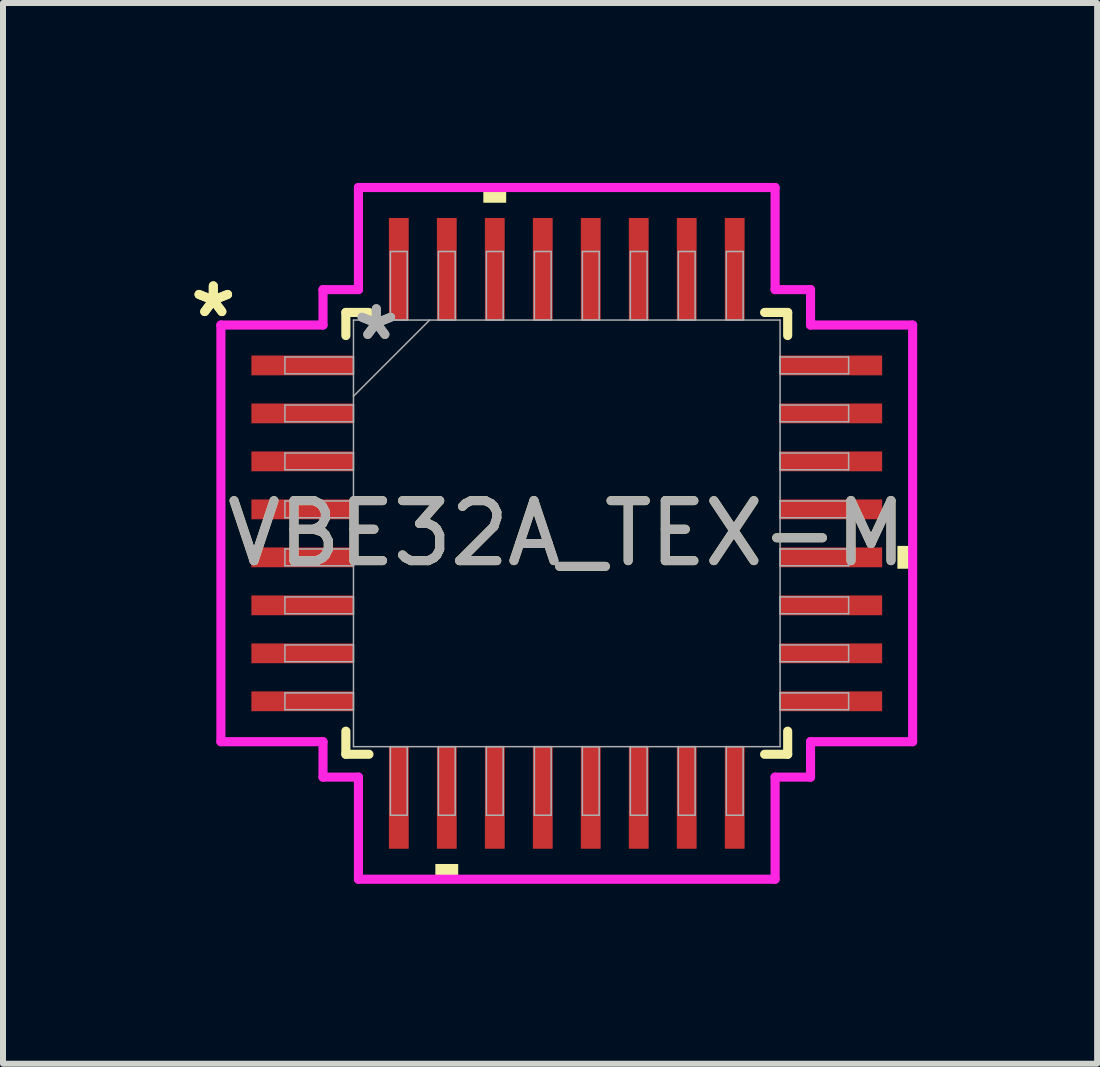
<source format=kicad_pcb>
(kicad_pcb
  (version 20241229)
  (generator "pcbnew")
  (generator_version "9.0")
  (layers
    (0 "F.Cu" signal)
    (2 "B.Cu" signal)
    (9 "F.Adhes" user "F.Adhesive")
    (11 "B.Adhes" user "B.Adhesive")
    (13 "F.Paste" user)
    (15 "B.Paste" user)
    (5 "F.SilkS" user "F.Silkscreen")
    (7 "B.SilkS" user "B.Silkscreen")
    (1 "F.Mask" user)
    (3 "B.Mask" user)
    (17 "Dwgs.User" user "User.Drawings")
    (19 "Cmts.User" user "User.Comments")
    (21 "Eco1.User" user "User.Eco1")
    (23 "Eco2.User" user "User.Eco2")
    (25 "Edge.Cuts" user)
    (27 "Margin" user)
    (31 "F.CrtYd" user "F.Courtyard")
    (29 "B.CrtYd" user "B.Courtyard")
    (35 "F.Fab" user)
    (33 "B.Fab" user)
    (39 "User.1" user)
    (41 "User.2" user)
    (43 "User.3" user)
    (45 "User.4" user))
  (footprint "VBE32A_TEX-M"
    (layer "F.Cu")
    (at 6.399 5.842)
    (property "Reference" "VBE32A_TEX-M" (at 0 0 0) (unlocked yes) (layer "F.SilkS") (effects (font (size 1 1) (thickness 0.15))))
    (attr smd)
    (fp_line (start -3.683 -3.683) (end -3.683 -3.298) (stroke (width 0.152) (type solid)) (layer "F.SilkS"))
    (fp_line (start -3.683 3.298) (end -3.683 3.683) (stroke (width 0.152) (type solid)) (layer "F.SilkS"))
    (fp_line (start -3.683 3.683) (end -3.298 3.683) (stroke (width 0.152) (type solid)) (layer "F.SilkS"))
    (fp_line (start -3.298 -3.683) (end -3.683 -3.683) (stroke (width 0.152) (type solid)) (layer "F.SilkS"))
    (fp_line (start 3.298 3.683) (end 3.683 3.683) (stroke (width 0.152) (type solid)) (layer "F.SilkS"))
    (fp_line (start 3.683 -3.683) (end 3.298 -3.683) (stroke (width 0.152) (type solid)) (layer "F.SilkS"))
    (fp_line (start 3.683 -3.298) (end 3.683 -3.683) (stroke (width 0.152) (type solid)) (layer "F.SilkS"))
    (fp_line (start 3.683 3.683) (end 3.683 3.298) (stroke (width 0.152) (type solid)) (layer "F.SilkS"))
    (fp_poly (pts (xy -2.191 5.512) (xy -2.191 5.766) (xy -1.81 5.766) (xy -1.81 5.512)) (stroke (width 0) (type solid)) (fill yes) (layer "F.SilkS"))
    (fp_poly (pts (xy -1.391 -5.512) (xy -1.391 -5.766) (xy -1.01 -5.766) (xy -1.01 -5.512)) (stroke (width 0) (type solid)) (fill yes) (layer "F.SilkS"))
    (fp_poly (pts (xy 5.766 0.209) (xy 5.766 0.59) (xy 5.512 0.59) (xy 5.512 0.209)) (stroke (width 0) (type solid)) (fill yes) (layer "F.SilkS"))
    (fp_line (start -5.766 -3.473) (end -4.064 -3.473) (stroke (width 0.152) (type solid)) (layer "F.CrtYd"))
    (fp_line (start -5.766 3.473) (end -5.766 -3.473) (stroke (width 0.152) (type solid)) (layer "F.CrtYd"))
    (fp_line (start -4.064 -4.064) (end -3.473 -4.064) (stroke (width 0.152) (type solid)) (layer "F.CrtYd"))
    (fp_line (start -4.064 -3.473) (end -4.064 -4.064) (stroke (width 0.152) (type solid)) (layer "F.CrtYd"))
    (fp_line (start -4.064 3.473) (end -5.766 3.473) (stroke (width 0.152) (type solid)) (layer "F.CrtYd"))
    (fp_line (start -4.064 4.064) (end -4.064 3.473) (stroke (width 0.152) (type solid)) (layer "F.CrtYd"))
    (fp_line (start -4.064 4.064) (end -3.473 4.064) (stroke (width 0.152) (type solid)) (layer "F.CrtYd"))
    (fp_line (start -3.473 -5.766) (end 3.473 -5.766) (stroke (width 0.152) (type solid)) (layer "F.CrtYd"))
    (fp_line (start -3.473 -4.064) (end -3.473 -5.766) (stroke (width 0.152) (type solid)) (layer "F.CrtYd"))
    (fp_line (start -3.473 4.064) (end -3.473 5.766) (stroke (width 0.152) (type solid)) (layer "F.CrtYd"))
    (fp_line (start -3.473 5.766) (end 3.473 5.766) (stroke (width 0.152) (type solid)) (layer "F.CrtYd"))
    (fp_line (start 3.473 -5.766) (end 3.473 -4.064) (stroke (width 0.152) (type solid)) (layer "F.CrtYd"))
    (fp_line (start 3.473 -4.064) (end 4.064 -4.064) (stroke (width 0.152) (type solid)) (layer "F.CrtYd"))
    (fp_line (start 3.473 4.064) (end 4.064 4.064) (stroke (width 0.152) (type solid)) (layer "F.CrtYd"))
    (fp_line (start 3.473 5.766) (end 3.473 4.064) (stroke (width 0.152) (type solid)) (layer "F.CrtYd"))
    (fp_line (start 4.064 -3.473) (end 4.064 -4.064) (stroke (width 0.152) (type solid)) (layer "F.CrtYd"))
    (fp_line (start 4.064 3.473) (end 5.766 3.473) (stroke (width 0.152) (type solid)) (layer "F.CrtYd"))
    (fp_line (start 4.064 4.064) (end 4.064 3.473) (stroke (width 0.152) (type solid)) (layer "F.CrtYd"))
    (fp_line (start 5.766 -3.473) (end 4.064 -3.473) (stroke (width 0.152) (type solid)) (layer "F.CrtYd"))
    (fp_line (start 5.766 3.473) (end 5.766 -3.473) (stroke (width 0.152) (type solid)) (layer "F.CrtYd"))
    (fp_line (start -4.699 -2.94) (end -4.699 -2.66) (stroke (width 0.025) (type solid)) (layer "F.Fab"))
    (fp_line (start -4.699 -2.66) (end -3.556 -2.66) (stroke (width 0.025) (type solid)) (layer "F.Fab"))
    (fp_line (start -4.699 -2.14) (end -4.699 -1.86) (stroke (width 0.025) (type solid)) (layer "F.Fab"))
    (fp_line (start -4.699 -1.86) (end -3.556 -1.86) (stroke (width 0.025) (type solid)) (layer "F.Fab"))
    (fp_line (start -4.699 -1.34) (end -4.699 -1.06) (stroke (width 0.025) (type solid)) (layer "F.Fab"))
    (fp_line (start -4.699 -1.06) (end -3.556 -1.06) (stroke (width 0.025) (type solid)) (layer "F.Fab"))
    (fp_line (start -4.699 -0.54) (end -4.699 -0.26) (stroke (width 0.025) (type solid)) (layer "F.Fab"))
    (fp_line (start -4.699 -0.26) (end -3.556 -0.26) (stroke (width 0.025) (type solid)) (layer "F.Fab"))
    (fp_line (start -4.699 0.26) (end -4.699 0.54) (stroke (width 0.025) (type solid)) (layer "F.Fab"))
    (fp_line (start -4.699 0.54) (end -3.556 0.54) (stroke (width 0.025) (type solid)) (layer "F.Fab"))
    (fp_line (start -4.699 1.06) (end -4.699 1.34) (stroke (width 0.025) (type solid)) (layer "F.Fab"))
    (fp_line (start -4.699 1.34) (end -3.556 1.34) (stroke (width 0.025) (type solid)) (layer "F.Fab"))
    (fp_line (start -4.699 1.86) (end -4.699 2.14) (stroke (width 0.025) (type solid)) (layer "F.Fab"))
    (fp_line (start -4.699 2.14) (end -3.556 2.14) (stroke (width 0.025) (type solid)) (layer "F.Fab"))
    (fp_line (start -4.699 2.66) (end -4.699 2.94) (stroke (width 0.025) (type solid)) (layer "F.Fab"))
    (fp_line (start -4.699 2.94) (end -3.556 2.94) (stroke (width 0.025) (type solid)) (layer "F.Fab"))
    (fp_line (start -3.556 -3.556) (end -3.556 3.556) (stroke (width 0.025) (type solid)) (layer "F.Fab"))
    (fp_line (start -3.556 -2.94) (end -4.699 -2.94) (stroke (width 0.025) (type solid)) (layer "F.Fab"))
    (fp_line (start -3.556 -2.66) (end -3.556 -2.94) (stroke (width 0.025) (type solid)) (layer "F.Fab"))
    (fp_line (start -3.556 -2.286) (end -2.286 -3.556) (stroke (width 0.025) (type solid)) (layer "F.Fab"))
    (fp_line (start -3.556 -2.14) (end -4.699 -2.14) (stroke (width 0.025) (type solid)) (layer "F.Fab"))
    (fp_line (start -3.556 -1.86) (end -3.556 -2.14) (stroke (width 0.025) (type solid)) (layer "F.Fab"))
    (fp_line (start -3.556 -1.34) (end -4.699 -1.34) (stroke (width 0.025) (type solid)) (layer "F.Fab"))
    (fp_line (start -3.556 -1.06) (end -3.556 -1.34) (stroke (width 0.025) (type solid)) (layer "F.Fab"))
    (fp_line (start -3.556 -0.54) (end -4.699 -0.54) (stroke (width 0.025) (type solid)) (layer "F.Fab"))
    (fp_line (start -3.556 -0.26) (end -3.556 -0.54) (stroke (width 0.025) (type solid)) (layer "F.Fab"))
    (fp_line (start -3.556 0.26) (end -4.699 0.26) (stroke (width 0.025) (type solid)) (layer "F.Fab"))
    (fp_line (start -3.556 0.54) (end -3.556 0.26) (stroke (width 0.025) (type solid)) (layer "F.Fab"))
    (fp_line (start -3.556 1.06) (end -4.699 1.06) (stroke (width 0.025) (type solid)) (layer "F.Fab"))
    (fp_line (start -3.556 1.34) (end -3.556 1.06) (stroke (width 0.025) (type solid)) (layer "F.Fab"))
    (fp_line (start -3.556 1.86) (end -4.699 1.86) (stroke (width 0.025) (type solid)) (layer "F.Fab"))
    (fp_line (start -3.556 2.14) (end -3.556 1.86) (stroke (width 0.025) (type solid)) (layer "F.Fab"))
    (fp_line (start -3.556 2.66) (end -4.699 2.66) (stroke (width 0.025) (type solid)) (layer "F.Fab"))
    (fp_line (start -3.556 2.94) (end -3.556 2.66) (stroke (width 0.025) (type solid)) (layer "F.Fab"))
    (fp_line (start -3.556 3.556) (end 3.556 3.556) (stroke (width 0.025) (type solid)) (layer "F.Fab"))
    (fp_line (start -2.94 -4.699) (end -2.94 -3.556) (stroke (width 0.025) (type solid)) (layer "F.Fab"))
    (fp_line (start -2.94 -3.556) (end -2.66 -3.556) (stroke (width 0.025) (type solid)) (layer "F.Fab"))
    (fp_line (start -2.94 3.556) (end -2.94 4.699) (stroke (width 0.025) (type solid)) (layer "F.Fab"))
    (fp_line (start -2.94 4.699) (end -2.66 4.699) (stroke (width 0.025) (type solid)) (layer "F.Fab"))
    (fp_line (start -2.66 -4.699) (end -2.94 -4.699) (stroke (width 0.025) (type solid)) (layer "F.Fab"))
    (fp_line (start -2.66 -3.556) (end -2.66 -4.699) (stroke (width 0.025) (type solid)) (layer "F.Fab"))
    (fp_line (start -2.66 3.556) (end -2.94 3.556) (stroke (width 0.025) (type solid)) (layer "F.Fab"))
    (fp_line (start -2.66 4.699) (end -2.66 3.556) (stroke (width 0.025) (type solid)) (layer "F.Fab"))
    (fp_line (start -2.14 -4.699) (end -2.14 -3.556) (stroke (width 0.025) (type solid)) (layer "F.Fab"))
    (fp_line (start -2.14 -3.556) (end -1.86 -3.556) (stroke (width 0.025) (type solid)) (layer "F.Fab"))
    (fp_line (start -2.14 3.556) (end -2.14 4.699) (stroke (width 0.025) (type solid)) (layer "F.Fab"))
    (fp_line (start -2.14 4.699) (end -1.86 4.699) (stroke (width 0.025) (type solid)) (layer "F.Fab"))
    (fp_line (start -1.86 -4.699) (end -2.14 -4.699) (stroke (width 0.025) (type solid)) (layer "F.Fab"))
    (fp_line (start -1.86 -3.556) (end -1.86 -4.699) (stroke (width 0.025) (type solid)) (layer "F.Fab"))
    (fp_line (start -1.86 3.556) (end -2.14 3.556) (stroke (width 0.025) (type solid)) (layer "F.Fab"))
    (fp_line (start -1.86 4.699) (end -1.86 3.556) (stroke (width 0.025) (type solid)) (layer "F.Fab"))
    (fp_line (start -1.34 -4.699) (end -1.34 -3.556) (stroke (width 0.025) (type solid)) (layer "F.Fab"))
    (fp_line (start -1.34 -3.556) (end -1.06 -3.556) (stroke (width 0.025) (type solid)) (layer "F.Fab"))
    (fp_line (start -1.34 3.556) (end -1.34 4.699) (stroke (width 0.025) (type solid)) (layer "F.Fab"))
    (fp_line (start -1.34 4.699) (end -1.06 4.699) (stroke (width 0.025) (type solid)) (layer "F.Fab"))
    (fp_line (start -1.06 -4.699) (end -1.34 -4.699) (stroke (width 0.025) (type solid)) (layer "F.Fab"))
    (fp_line (start -1.06 -3.556) (end -1.06 -4.699) (stroke (width 0.025) (type solid)) (layer "F.Fab"))
    (fp_line (start -1.06 3.556) (end -1.34 3.556) (stroke (width 0.025) (type solid)) (layer "F.Fab"))
    (fp_line (start -1.06 4.699) (end -1.06 3.556) (stroke (width 0.025) (type solid)) (layer "F.Fab"))
    (fp_line (start -0.54 -4.699) (end -0.54 -3.556) (stroke (width 0.025) (type solid)) (layer "F.Fab"))
    (fp_line (start -0.54 -3.556) (end -0.26 -3.556) (stroke (width 0.025) (type solid)) (layer "F.Fab"))
    (fp_line (start -0.54 3.556) (end -0.54 4.699) (stroke (width 0.025) (type solid)) (layer "F.Fab"))
    (fp_line (start -0.54 4.699) (end -0.26 4.699) (stroke (width 0.025) (type solid)) (layer "F.Fab"))
    (fp_line (start -0.26 -4.699) (end -0.54 -4.699) (stroke (width 0.025) (type solid)) (layer "F.Fab"))
    (fp_line (start -0.26 -3.556) (end -0.26 -4.699) (stroke (width 0.025) (type solid)) (layer "F.Fab"))
    (fp_line (start -0.26 3.556) (end -0.54 3.556) (stroke (width 0.025) (type solid)) (layer "F.Fab"))
    (fp_line (start -0.26 4.699) (end -0.26 3.556) (stroke (width 0.025) (type solid)) (layer "F.Fab"))
    (fp_line (start 0.26 -4.699) (end 0.26 -3.556) (stroke (width 0.025) (type solid)) (layer "F.Fab"))
    (fp_line (start 0.26 -3.556) (end 0.54 -3.556) (stroke (width 0.025) (type solid)) (layer "F.Fab"))
    (fp_line (start 0.26 3.556) (end 0.26 4.699) (stroke (width 0.025) (type solid)) (layer "F.Fab"))
    (fp_line (start 0.26 4.699) (end 0.54 4.699) (stroke (width 0.025) (type solid)) (layer "F.Fab"))
    (fp_line (start 0.54 -4.699) (end 0.26 -4.699) (stroke (width 0.025) (type solid)) (layer "F.Fab"))
    (fp_line (start 0.54 -3.556) (end 0.54 -4.699) (stroke (width 0.025) (type solid)) (layer "F.Fab"))
    (fp_line (start 0.54 3.556) (end 0.26 3.556) (stroke (width 0.025) (type solid)) (layer "F.Fab"))
    (fp_line (start 0.54 4.699) (end 0.54 3.556) (stroke (width 0.025) (type solid)) (layer "F.Fab"))
    (fp_line (start 1.06 -4.699) (end 1.06 -3.556) (stroke (width 0.025) (type solid)) (layer "F.Fab"))
    (fp_line (start 1.06 -3.556) (end 1.34 -3.556) (stroke (width 0.025) (type solid)) (layer "F.Fab"))
    (fp_line (start 1.06 3.556) (end 1.06 4.699) (stroke (width 0.025) (type solid)) (layer "F.Fab"))
    (fp_line (start 1.06 4.699) (end 1.34 4.699) (stroke (width 0.025) (type solid)) (layer "F.Fab"))
    (fp_line (start 1.34 -4.699) (end 1.06 -4.699) (stroke (width 0.025) (type solid)) (layer "F.Fab"))
    (fp_line (start 1.34 -3.556) (end 1.34 -4.699) (stroke (width 0.025) (type solid)) (layer "F.Fab"))
    (fp_line (start 1.34 3.556) (end 1.06 3.556) (stroke (width 0.025) (type solid)) (layer "F.Fab"))
    (fp_line (start 1.34 4.699) (end 1.34 3.556) (stroke (width 0.025) (type solid)) (layer "F.Fab"))
    (fp_line (start 1.86 -4.699) (end 1.86 -3.556) (stroke (width 0.025) (type solid)) (layer "F.Fab"))
    (fp_line (start 1.86 -3.556) (end 2.14 -3.556) (stroke (width 0.025) (type solid)) (layer "F.Fab"))
    (fp_line (start 1.86 3.556) (end 1.86 4.699) (stroke (width 0.025) (type solid)) (layer "F.Fab"))
    (fp_line (start 1.86 4.699) (end 2.14 4.699) (stroke (width 0.025) (type solid)) (layer "F.Fab"))
    (fp_line (start 2.14 -4.699) (end 1.86 -4.699) (stroke (width 0.025) (type solid)) (layer "F.Fab"))
    (fp_line (start 2.14 -3.556) (end 2.14 -4.699) (stroke (width 0.025) (type solid)) (layer "F.Fab"))
    (fp_line (start 2.14 3.556) (end 1.86 3.556) (stroke (width 0.025) (type solid)) (layer "F.Fab"))
    (fp_line (start 2.14 4.699) (end 2.14 3.556) (stroke (width 0.025) (type solid)) (layer "F.Fab"))
    (fp_line (start 2.66 -4.699) (end 2.66 -3.556) (stroke (width 0.025) (type solid)) (layer "F.Fab"))
    (fp_line (start 2.66 -3.556) (end 2.94 -3.556) (stroke (width 0.025) (type solid)) (layer "F.Fab"))
    (fp_line (start 2.66 3.556) (end 2.66 4.699) (stroke (width 0.025) (type solid)) (layer "F.Fab"))
    (fp_line (start 2.66 4.699) (end 2.94 4.699) (stroke (width 0.025) (type solid)) (layer "F.Fab"))
    (fp_line (start 2.94 -4.699) (end 2.66 -4.699) (stroke (width 0.025) (type solid)) (layer "F.Fab"))
    (fp_line (start 2.94 -3.556) (end 2.94 -4.699) (stroke (width 0.025) (type solid)) (layer "F.Fab"))
    (fp_line (start 2.94 3.556) (end 2.66 3.556) (stroke (width 0.025) (type solid)) (layer "F.Fab"))
    (fp_line (start 2.94 4.699) (end 2.94 3.556) (stroke (width 0.025) (type solid)) (layer "F.Fab"))
    (fp_line (start 3.556 -3.556) (end -3.556 -3.556) (stroke (width 0.025) (type solid)) (layer "F.Fab"))
    (fp_line (start 3.556 -2.94) (end 3.556 -2.66) (stroke (width 0.025) (type solid)) (layer "F.Fab"))
    (fp_line (start 3.556 -2.66) (end 4.699 -2.66) (stroke (width 0.025) (type solid)) (layer "F.Fab"))
    (fp_line (start 3.556 -2.14) (end 3.556 -1.86) (stroke (width 0.025) (type solid)) (layer "F.Fab"))
    (fp_line (start 3.556 -1.86) (end 4.699 -1.86) (stroke (width 0.025) (type solid)) (layer "F.Fab"))
    (fp_line (start 3.556 -1.34) (end 3.556 -1.06) (stroke (width 0.025) (type solid)) (layer "F.Fab"))
    (fp_line (start 3.556 -1.06) (end 4.699 -1.06) (stroke (width 0.025) (type solid)) (layer "F.Fab"))
    (fp_line (start 3.556 -0.54) (end 3.556 -0.26) (stroke (width 0.025) (type solid)) (layer "F.Fab"))
    (fp_line (start 3.556 -0.26) (end 4.699 -0.26) (stroke (width 0.025) (type solid)) (layer "F.Fab"))
    (fp_line (start 3.556 0.26) (end 3.556 0.54) (stroke (width 0.025) (type solid)) (layer "F.Fab"))
    (fp_line (start 3.556 0.54) (end 4.699 0.54) (stroke (width 0.025) (type solid)) (layer "F.Fab"))
    (fp_line (start 3.556 1.06) (end 3.556 1.34) (stroke (width 0.025) (type solid)) (layer "F.Fab"))
    (fp_line (start 3.556 1.34) (end 4.699 1.34) (stroke (width 0.025) (type solid)) (layer "F.Fab"))
    (fp_line (start 3.556 1.86) (end 3.556 2.14) (stroke (width 0.025) (type solid)) (layer "F.Fab"))
    (fp_line (start 3.556 2.14) (end 4.699 2.14) (stroke (width 0.025) (type solid)) (layer "F.Fab"))
    (fp_line (start 3.556 2.66) (end 3.556 2.94) (stroke (width 0.025) (type solid)) (layer "F.Fab"))
    (fp_line (start 3.556 2.94) (end 4.699 2.94) (stroke (width 0.025) (type solid)) (layer "F.Fab"))
    (fp_line (start 3.556 3.556) (end 3.556 -3.556) (stroke (width 0.025) (type solid)) (layer "F.Fab"))
    (fp_line (start 4.699 -2.94) (end 3.556 -2.94) (stroke (width 0.025) (type solid)) (layer "F.Fab"))
    (fp_line (start 4.699 -2.66) (end 4.699 -2.94) (stroke (width 0.025) (type solid)) (layer "F.Fab"))
    (fp_line (start 4.699 -2.14) (end 3.556 -2.14) (stroke (width 0.025) (type solid)) (layer "F.Fab"))
    (fp_line (start 4.699 -1.86) (end 4.699 -2.14) (stroke (width 0.025) (type solid)) (layer "F.Fab"))
    (fp_line (start 4.699 -1.34) (end 3.556 -1.34) (stroke (width 0.025) (type solid)) (layer "F.Fab"))
    (fp_line (start 4.699 -1.06) (end 4.699 -1.34) (stroke (width 0.025) (type solid)) (layer "F.Fab"))
    (fp_line (start 4.699 -0.54) (end 3.556 -0.54) (stroke (width 0.025) (type solid)) (layer "F.Fab"))
    (fp_line (start 4.699 -0.26) (end 4.699 -0.54) (stroke (width 0.025) (type solid)) (layer "F.Fab"))
    (fp_line (start 4.699 0.26) (end 3.556 0.26) (stroke (width 0.025) (type solid)) (layer "F.Fab"))
    (fp_line (start 4.699 0.54) (end 4.699 0.26) (stroke (width 0.025) (type solid)) (layer "F.Fab"))
    (fp_line (start 4.699 1.06) (end 3.556 1.06) (stroke (width 0.025) (type solid)) (layer "F.Fab"))
    (fp_line (start 4.699 1.34) (end 4.699 1.06) (stroke (width 0.025) (type solid)) (layer "F.Fab"))
    (fp_line (start 4.699 1.86) (end 3.556 1.86) (stroke (width 0.025) (type solid)) (layer "F.Fab"))
    (fp_line (start 4.699 2.14) (end 4.699 1.86) (stroke (width 0.025) (type solid)) (layer "F.Fab"))
    (fp_line (start 4.699 2.66) (end 3.556 2.66) (stroke (width 0.025) (type solid)) (layer "F.Fab"))
    (fp_line (start 4.699 2.94) (end 4.699 2.66) (stroke (width 0.025) (type solid)) (layer "F.Fab"))
    (fp_text user "*" (at -5.893 -3.581 0) (layer "F.SilkS") (effects (font (size 1 1) (thickness 0.15))))
    (fp_text user "*" (at -5.893 -3.581 0) (unlocked yes) (layer "F.SilkS") (effects (font (size 1 1) (thickness 0.15))))
    (fp_text user "*" (at -3.175 -3.2 0) (layer "F.Fab") (effects (font (size 1 1) (thickness 0.15))))
    (fp_text user "${REFERENCE}" (at 0 0 0) (unlocked yes) (layer "F.Fab") (effects (font (size 1 1) (thickness 0.15))))
    (fp_text user "*" (at -3.175 -3.2 0) (unlocked yes) (layer "F.Fab") (effects (font (size 1 1) (thickness 0.15))))
    (pad "1" smd rect (at -4.407 -2.8 90) (size 0.33 1.702) (layers "F.Cu" "F.Mask" "F.Paste"))
    (pad "2" smd rect (at -4.407 -2 90) (size 0.33 1.702) (layers "F.Cu" "F.Mask" "F.Paste"))
    (pad "3" smd rect (at -4.407 -1.2 90) (size 0.33 1.702) (layers "F.Cu" "F.Mask" "F.Paste"))
    (pad "4" smd rect (at -4.407 -0.4 90) (size 0.33 1.702) (layers "F.Cu" "F.Mask" "F.Paste"))
    (pad "5" smd rect (at -4.407 0.4 90) (size 0.33 1.702) (layers "F.Cu" "F.Mask" "F.Paste"))
    (pad "6" smd rect (at -4.407 1.2 90) (size 0.33 1.702) (layers "F.Cu" "F.Mask" "F.Paste"))
    (pad "7" smd rect (at -4.407 2 90) (size 0.33 1.702) (layers "F.Cu" "F.Mask" "F.Paste"))
    (pad "8" smd rect (at -4.407 2.8 90) (size 0.33 1.702) (layers "F.Cu" "F.Mask" "F.Paste"))
    (pad "9" smd rect (at -2.8 4.407) (size 0.33 1.702) (layers "F.Cu" "F.Mask" "F.Paste"))
    (pad "10" smd rect (at -2 4.407) (size 0.33 1.702) (layers "F.Cu" "F.Mask" "F.Paste"))
    (pad "11" smd rect (at -1.2 4.407) (size 0.33 1.702) (layers "F.Cu" "F.Mask" "F.Paste"))
    (pad "12" smd rect (at -0.4 4.407) (size 0.33 1.702) (layers "F.Cu" "F.Mask" "F.Paste"))
    (pad "13" smd rect (at 0.4 4.407) (size 0.33 1.702) (layers "F.Cu" "F.Mask" "F.Paste"))
    (pad "14" smd rect (at 1.2 4.407) (size 0.33 1.702) (layers "F.Cu" "F.Mask" "F.Paste"))
    (pad "15" smd rect (at 2 4.407) (size 0.33 1.702) (layers "F.Cu" "F.Mask" "F.Paste"))
    (pad "16" smd rect (at 2.8 4.407) (size 0.33 1.702) (layers "F.Cu" "F.Mask" "F.Paste"))
    (pad "17" smd rect (at 4.407 2.8 90) (size 0.33 1.702) (layers "F.Cu" "F.Mask" "F.Paste"))
    (pad "18" smd rect (at 4.407 2 90) (size 0.33 1.702) (layers "F.Cu" "F.Mask" "F.Paste"))
    (pad "19" smd rect (at 4.407 1.2 90) (size 0.33 1.702) (layers "F.Cu" "F.Mask" "F.Paste"))
    (pad "20" smd rect (at 4.407 0.4 90) (size 0.33 1.702) (layers "F.Cu" "F.Mask" "F.Paste"))
    (pad "21" smd rect (at 4.407 -0.4 90) (size 0.33 1.702) (layers "F.Cu" "F.Mask" "F.Paste"))
    (pad "22" smd rect (at 4.407 -1.2 90) (size 0.33 1.702) (layers "F.Cu" "F.Mask" "F.Paste"))
    (pad "23" smd rect (at 4.407 -2 90) (size 0.33 1.702) (layers "F.Cu" "F.Mask" "F.Paste"))
    (pad "24" smd rect (at 4.407 -2.8 90) (size 0.33 1.702) (layers "F.Cu" "F.Mask" "F.Paste"))
    (pad "25" smd rect (at 2.8 -4.407) (size 0.33 1.702) (layers "F.Cu" "F.Mask" "F.Paste"))
    (pad "26" smd rect (at 2 -4.407) (size 0.33 1.702) (layers "F.Cu" "F.Mask" "F.Paste"))
    (pad "27" smd rect (at 1.2 -4.407) (size 0.33 1.702) (layers "F.Cu" "F.Mask" "F.Paste"))
    (pad "28" smd rect (at 0.4 -4.407) (size 0.33 1.702) (layers "F.Cu" "F.Mask" "F.Paste"))
    (pad "29" smd rect (at -0.4 -4.407) (size 0.33 1.702) (layers "F.Cu" "F.Mask" "F.Paste"))
    (pad "30" smd rect (at -1.2 -4.407) (size 0.33 1.702) (layers "F.Cu" "F.Mask" "F.Paste"))
    (pad "31" smd rect (at -2 -4.407) (size 0.33 1.702) (layers "F.Cu" "F.Mask" "F.Paste"))
    (pad "32" smd rect (at -2.8 -4.407) (size 0.33 1.702) (layers "F.Cu" "F.Mask" "F.Paste")))
  (gr_rect
    (start -3 -3)
    (end 15.241 14.684)
    (stroke (width 0.1) (type default))
    (fill no)
    (layer "Edge.Cuts")))
</source>
